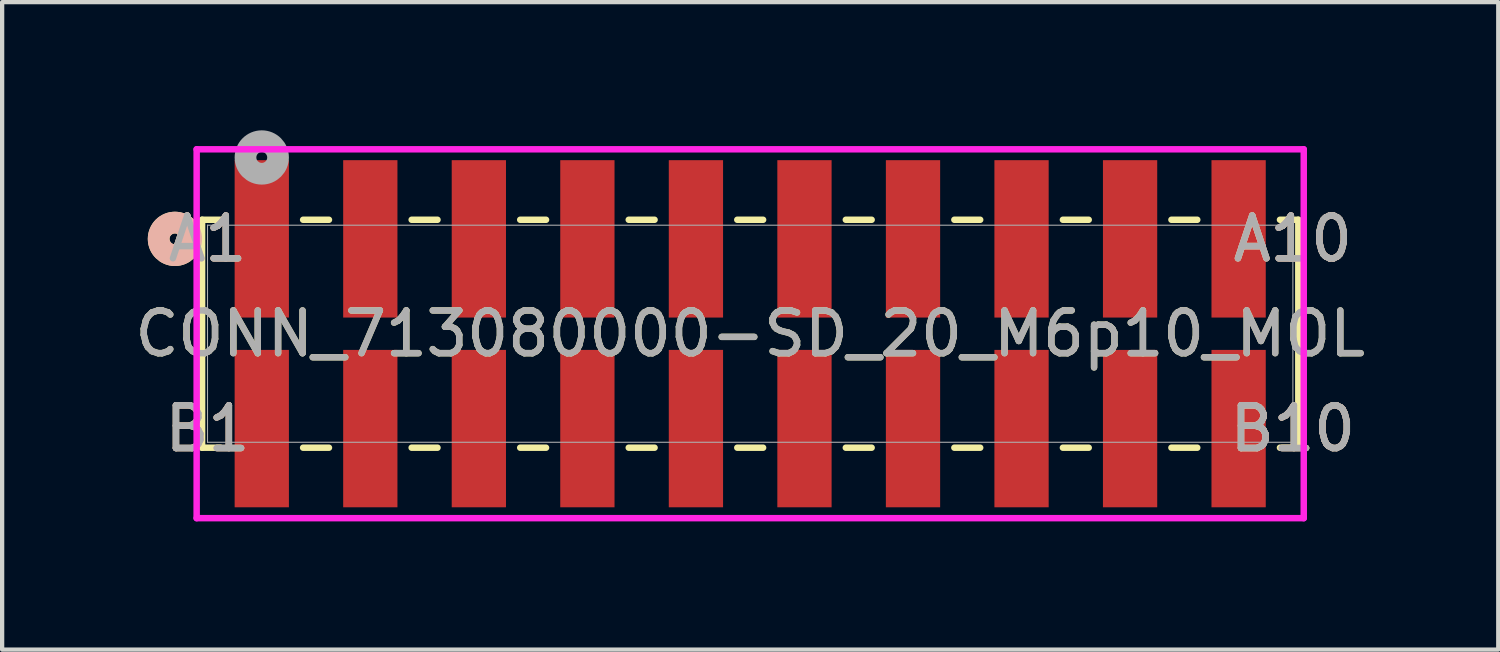
<source format=kicad_pcb>
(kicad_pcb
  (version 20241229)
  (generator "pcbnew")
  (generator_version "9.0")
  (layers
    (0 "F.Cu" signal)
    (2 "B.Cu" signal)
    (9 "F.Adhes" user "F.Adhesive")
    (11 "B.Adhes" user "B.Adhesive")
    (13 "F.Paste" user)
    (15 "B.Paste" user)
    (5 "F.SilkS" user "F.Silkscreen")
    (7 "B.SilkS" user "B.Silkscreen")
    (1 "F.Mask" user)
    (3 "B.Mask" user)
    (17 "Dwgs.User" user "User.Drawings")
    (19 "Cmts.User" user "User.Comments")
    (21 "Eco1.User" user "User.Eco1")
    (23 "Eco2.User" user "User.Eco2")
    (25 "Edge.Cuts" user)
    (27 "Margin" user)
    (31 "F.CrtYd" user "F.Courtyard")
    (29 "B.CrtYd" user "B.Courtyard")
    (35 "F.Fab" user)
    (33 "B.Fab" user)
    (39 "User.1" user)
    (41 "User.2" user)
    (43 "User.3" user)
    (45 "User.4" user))
  (footprint "CONN_713080000-SD_20_M6p10_MOL"
    (layer "F.Cu")
    (at 14.506 4.76)
    (property "Reference" "CONN_713080000-SD_20_M6p10_MOL" (at 0 0 0) (unlocked yes) (layer "F.SilkS") (effects (font (size 1 1) (thickness 0.15))))
    (attr smd)
    (fp_line (start -12.827 -2.667) (end -12.827 2.667) (stroke (width 0.152) (type solid)) (layer "F.SilkS"))
    (fp_line (start -12.827 2.667) (end -12.398 2.667) (stroke (width 0.152) (type solid)) (layer "F.SilkS"))
    (fp_line (start -12.398 -2.667) (end -12.827 -2.667) (stroke (width 0.152) (type solid)) (layer "F.SilkS"))
    (fp_line (start -10.462 2.667) (end -9.858 2.667) (stroke (width 0.152) (type solid)) (layer "F.SilkS"))
    (fp_line (start -9.858 -2.667) (end -10.462 -2.667) (stroke (width 0.152) (type solid)) (layer "F.SilkS"))
    (fp_line (start -7.922 2.667) (end -7.318 2.667) (stroke (width 0.152) (type solid)) (layer "F.SilkS"))
    (fp_line (start -7.318 -2.667) (end -7.922 -2.667) (stroke (width 0.152) (type solid)) (layer "F.SilkS"))
    (fp_line (start -5.382 2.667) (end -4.778 2.667) (stroke (width 0.152) (type solid)) (layer "F.SilkS"))
    (fp_line (start -4.778 -2.667) (end -5.382 -2.667) (stroke (width 0.152) (type solid)) (layer "F.SilkS"))
    (fp_line (start -2.842 2.667) (end -2.238 2.667) (stroke (width 0.152) (type solid)) (layer "F.SilkS"))
    (fp_line (start -2.238 -2.667) (end -2.842 -2.667) (stroke (width 0.152) (type solid)) (layer "F.SilkS"))
    (fp_line (start -0.302 2.667) (end 0.302 2.667) (stroke (width 0.152) (type solid)) (layer "F.SilkS"))
    (fp_line (start 0.302 -2.667) (end -0.302 -2.667) (stroke (width 0.152) (type solid)) (layer "F.SilkS"))
    (fp_line (start 2.238 2.667) (end 2.842 2.667) (stroke (width 0.152) (type solid)) (layer "F.SilkS"))
    (fp_line (start 2.842 -2.667) (end 2.238 -2.667) (stroke (width 0.152) (type solid)) (layer "F.SilkS"))
    (fp_line (start 4.778 2.667) (end 5.382 2.667) (stroke (width 0.152) (type solid)) (layer "F.SilkS"))
    (fp_line (start 5.382 -2.667) (end 4.778 -2.667) (stroke (width 0.152) (type solid)) (layer "F.SilkS"))
    (fp_line (start 7.318 2.667) (end 7.922 2.667) (stroke (width 0.152) (type solid)) (layer "F.SilkS"))
    (fp_line (start 7.922 -2.667) (end 7.318 -2.667) (stroke (width 0.152) (type solid)) (layer "F.SilkS"))
    (fp_line (start 9.858 2.667) (end 10.462 2.667) (stroke (width 0.152) (type solid)) (layer "F.SilkS"))
    (fp_line (start 10.462 -2.667) (end 9.858 -2.667) (stroke (width 0.152) (type solid)) (layer "F.SilkS"))
    (fp_line (start 12.398 2.667) (end 12.827 2.667) (stroke (width 0.152) (type solid)) (layer "F.SilkS"))
    (fp_line (start 12.827 -2.667) (end 12.398 -2.667) (stroke (width 0.152) (type solid)) (layer "F.SilkS"))
    (fp_line (start 12.827 2.667) (end 12.827 -2.667) (stroke (width 0.152) (type solid)) (layer "F.SilkS"))
    (fp_circle (center -13.462 -2.22) (end -13.081 -2.22) (stroke (width 0.508) (type solid)) (fill no) (layer "F.SilkS"))
    (fp_circle (center -13.462 -2.22) (end -13.081 -2.22) (stroke (width 0.508) (type solid)) (fill no) (layer "B.SilkS"))
    (fp_line (start -12.954 -4.316) (end -12.954 4.316) (stroke (width 0.152) (type solid)) (layer "F.CrtYd"))
    (fp_line (start -12.954 4.316) (end 12.954 4.316) (stroke (width 0.152) (type solid)) (layer "F.CrtYd"))
    (fp_line (start 12.954 -4.316) (end -12.954 -4.316) (stroke (width 0.152) (type solid)) (layer "F.CrtYd"))
    (fp_line (start 12.954 4.316) (end 12.954 -4.316) (stroke (width 0.152) (type solid)) (layer "F.CrtYd"))
    (fp_line (start -12.7 -2.54) (end -12.7 2.54) (stroke (width 0.025) (type solid)) (layer "F.Fab"))
    (fp_line (start -12.7 2.54) (end 12.7 2.54) (stroke (width 0.025) (type solid)) (layer "F.Fab"))
    (fp_line (start 12.7 -2.54) (end -12.7 -2.54) (stroke (width 0.025) (type solid)) (layer "F.Fab"))
    (fp_line (start 12.7 2.54) (end 12.7 -2.54) (stroke (width 0.025) (type solid)) (layer "F.Fab"))
    (fp_circle (center -11.43 -4.125) (end -11.049 -4.125) (stroke (width 0.508) (type solid)) (fill no) (layer "F.Fab"))
    (fp_text user "B10" (at 12.7 2.22 0) (unlocked yes) (layer "F.SilkS") (effects (font (size 1 1) (thickness 0.15))))
    (fp_text user "B1" (at -12.7 2.22 0) (unlocked yes) (layer "F.SilkS") (effects (font (size 1 1) (thickness 0.15))))
    (fp_text user "A1" (at -12.7 -2.22 0) (unlocked yes) (layer "F.SilkS") (effects (font (size 1 1) (thickness 0.15))))
    (fp_text user "A10" (at 12.7 -2.22 0) (unlocked yes) (layer "F.SilkS") (effects (font (size 1 1) (thickness 0.15))))
    (fp_text user "A10" (at 12.7 -2.22 0) (unlocked yes) (layer "B.SilkS") (effects (font (size 1 1) (thickness 0.15))))
    (fp_text user "B1" (at -12.7 2.22 0) (unlocked yes) (layer "B.SilkS") (effects (font (size 1 1) (thickness 0.15))))
    (fp_text user "A1" (at -12.7 -2.22 0) (unlocked yes) (layer "B.SilkS") (effects (font (size 1 1) (thickness 0.15))))
    (fp_text user "B10" (at 12.7 2.22 0) (unlocked yes) (layer "B.SilkS") (effects (font (size 1 1) (thickness 0.15))))
    (fp_text user "A1" (at -12.7 -2.22 0) (unlocked yes) (layer "F.Fab") (effects (font (size 1 1) (thickness 0.15))))
    (fp_text user "B10" (at 12.7 2.22 0) (unlocked yes) (layer "F.Fab") (effects (font (size 1 1) (thickness 0.15))))
    (fp_text user "B1" (at -12.7 2.22 0) (unlocked yes) (layer "F.Fab") (effects (font (size 1 1) (thickness 0.15))))
    (fp_text user "A10" (at 12.7 -2.22 0) (unlocked yes) (layer "F.Fab") (effects (font (size 1 1) (thickness 0.15))))
    (fp_text user "${REFERENCE}" (at 0 0 0) (unlocked yes) (layer "F.Fab") (effects (font (size 1 1) (thickness 0.15))))
    (pad "A1" smd rect (at -11.43 -2.22) (size 1.27 3.683) (layers "F.Cu" "F.Mask" "F.Paste"))
    (pad "A2" smd rect (at -8.89 -2.22) (size 1.27 3.683) (layers "F.Cu" "F.Mask" "F.Paste"))
    (pad "A3" smd rect (at -6.35 -2.22) (size 1.27 3.683) (layers "F.Cu" "F.Mask" "F.Paste"))
    (pad "A4" smd rect (at -3.81 -2.22) (size 1.27 3.683) (layers "F.Cu" "F.Mask" "F.Paste"))
    (pad "A5" smd rect (at -1.27 -2.22) (size 1.27 3.683) (layers "F.Cu" "F.Mask" "F.Paste"))
    (pad "A6" smd rect (at 1.27 -2.22) (size 1.27 3.683) (layers "F.Cu" "F.Mask" "F.Paste"))
    (pad "A7" smd rect (at 3.81 -2.22) (size 1.27 3.683) (layers "F.Cu" "F.Mask" "F.Paste"))
    (pad "A8" smd rect (at 6.35 -2.22) (size 1.27 3.683) (layers "F.Cu" "F.Mask" "F.Paste"))
    (pad "A9" smd rect (at 8.89 -2.22) (size 1.27 3.683) (layers "F.Cu" "F.Mask" "F.Paste"))
    (pad "A10" smd rect (at 11.43 -2.22) (size 1.27 3.683) (layers "F.Cu" "F.Mask" "F.Paste"))
    (pad "B1" smd rect (at -11.43 2.22) (size 1.27 3.683) (layers "F.Cu" "F.Mask" "F.Paste"))
    (pad "B2" smd rect (at -8.89 2.22) (size 1.27 3.683) (layers "F.Cu" "F.Mask" "F.Paste"))
    (pad "B3" smd rect (at -6.35 2.22) (size 1.27 3.683) (layers "F.Cu" "F.Mask" "F.Paste"))
    (pad "B4" smd rect (at -3.81 2.22) (size 1.27 3.683) (layers "F.Cu" "F.Mask" "F.Paste"))
    (pad "B5" smd rect (at -1.27 2.22) (size 1.27 3.683) (layers "F.Cu" "F.Mask" "F.Paste"))
    (pad "B6" smd rect (at 1.27 2.22) (size 1.27 3.683) (layers "F.Cu" "F.Mask" "F.Paste"))
    (pad "B7" smd rect (at 3.81 2.22) (size 1.27 3.683) (layers "F.Cu" "F.Mask" "F.Paste"))
    (pad "B8" smd rect (at 6.35 2.22) (size 1.27 3.683) (layers "F.Cu" "F.Mask" "F.Paste"))
    (pad "B9" smd rect (at 8.89 2.22) (size 1.27 3.683) (layers "F.Cu" "F.Mask" "F.Paste"))
    (pad "B10" smd rect (at 11.43 2.22) (size 1.27 3.683) (layers "F.Cu" "F.Mask" "F.Paste")))
  (gr_rect
    (start -3 -3)
    (end 32.012 12.152)
    (stroke (width 0.1) (type default))
    (fill no)
    (layer "Edge.Cuts")))
</source>
